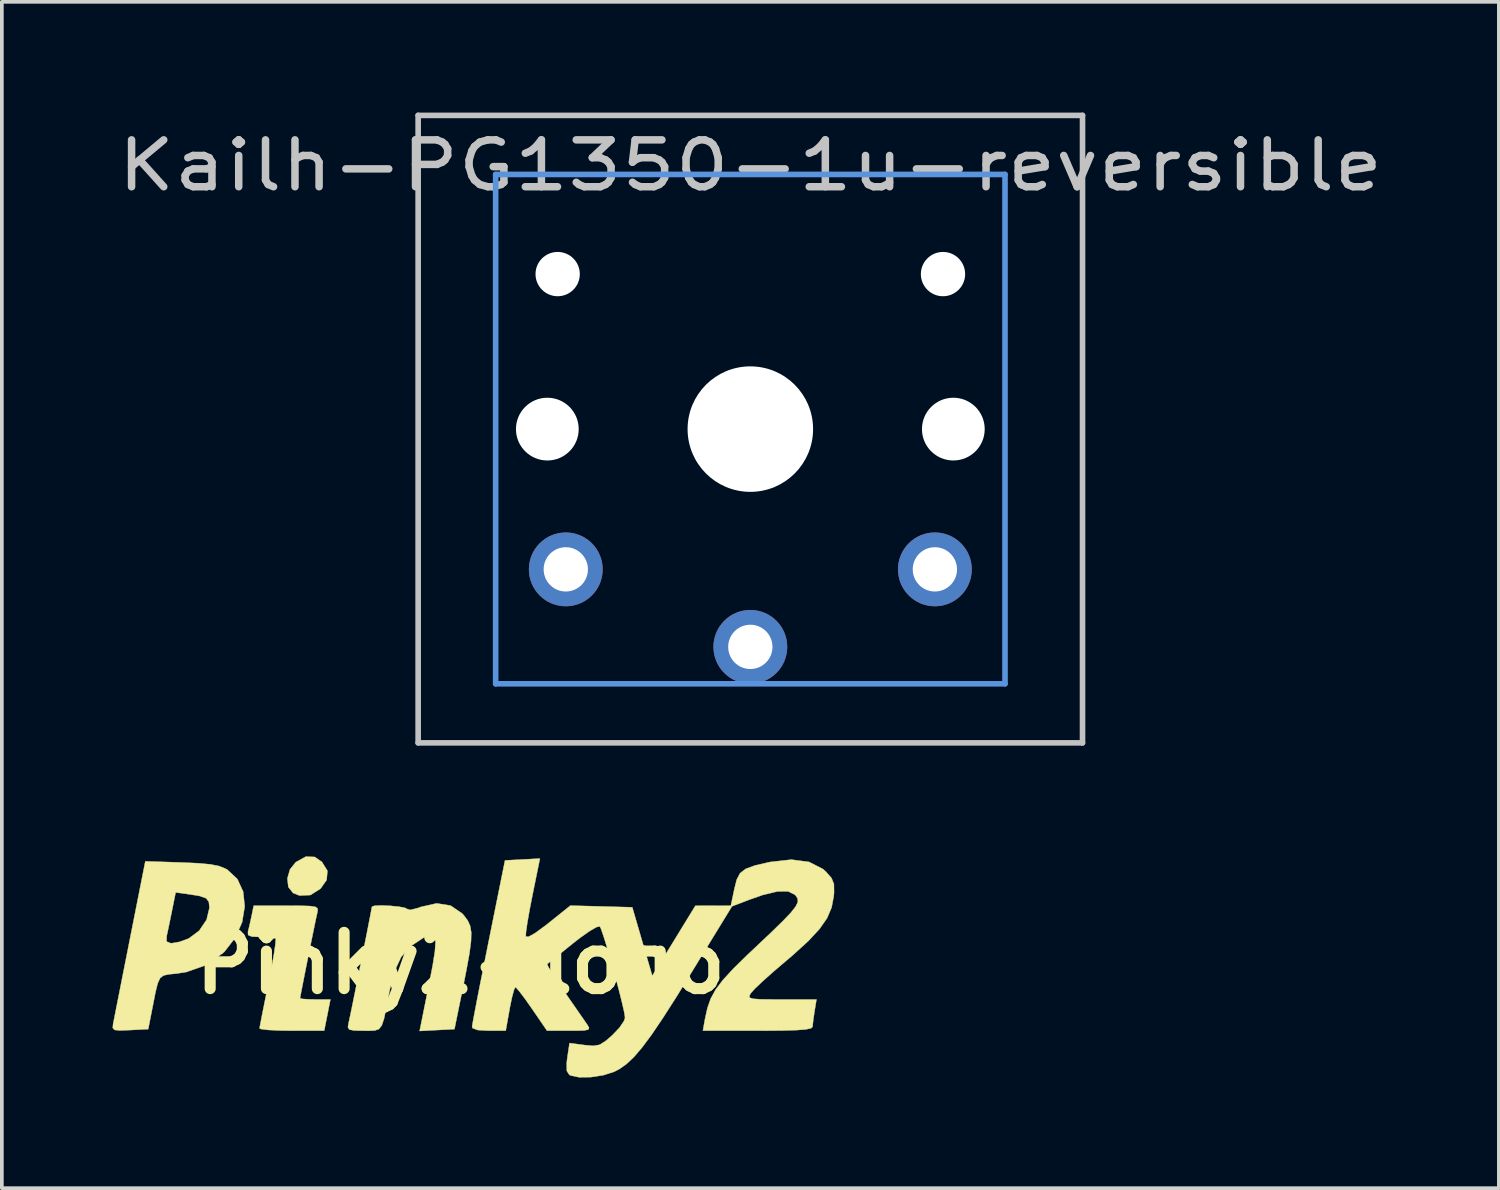
<source format=kicad_pcb>
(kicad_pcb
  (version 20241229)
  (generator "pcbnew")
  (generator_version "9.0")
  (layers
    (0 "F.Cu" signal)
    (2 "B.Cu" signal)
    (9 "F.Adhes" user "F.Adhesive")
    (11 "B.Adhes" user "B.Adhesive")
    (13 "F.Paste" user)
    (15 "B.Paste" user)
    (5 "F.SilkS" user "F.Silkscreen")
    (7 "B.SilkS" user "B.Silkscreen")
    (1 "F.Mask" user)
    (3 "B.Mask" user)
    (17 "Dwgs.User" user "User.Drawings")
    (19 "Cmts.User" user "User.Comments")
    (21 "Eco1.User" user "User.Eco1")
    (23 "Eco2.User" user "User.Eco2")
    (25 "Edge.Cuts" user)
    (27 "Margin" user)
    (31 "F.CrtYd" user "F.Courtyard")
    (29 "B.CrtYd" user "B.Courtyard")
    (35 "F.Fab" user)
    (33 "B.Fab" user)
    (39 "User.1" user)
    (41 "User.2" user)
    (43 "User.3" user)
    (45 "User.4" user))
  (footprint "Kailh-PG1350-1u-reversible"
    (layer "F.Cu")
    (at 17.279 8.576)
    (property "Reference" "Kailh-PG1350-1u-reversible" (at 0 -7.144 180) (layer "Dwgs.User") (effects (font (size 1.27 1.524) (thickness 0.203))))
    (attr through_hole)
    (fp_line (start -9 -8.5) (end 9 -8.5) (stroke (width 0.152) (type solid)) (layer "Dwgs.User"))
    (fp_line (start -9 8.5) (end -9 -8.5) (stroke (width 0.152) (type solid)) (layer "Dwgs.User"))
    (fp_line (start 9 -8.5) (end 9 8.5) (stroke (width 0.152) (type solid)) (layer "Dwgs.User"))
    (fp_line (start 9 8.5) (end -9 8.5) (stroke (width 0.152) (type solid)) (layer "Dwgs.User"))
    (fp_line (start -6.9 -6.9) (end 6.9 -6.9) (stroke (width 0.152) (type solid)) (layer "Cmts.User"))
    (fp_line (start -6.9 6.9) (end -6.9 -6.9) (stroke (width 0.152) (type solid)) (layer "Cmts.User"))
    (fp_line (start 6.9 -6.9) (end 6.9 6.9) (stroke (width 0.152) (type solid)) (layer "Cmts.User"))
    (fp_line (start 6.9 6.9) (end -6.9 6.9) (stroke (width 0.152) (type solid)) (layer "Cmts.User"))
    (fp_line (start -7.5 -7.5) (end 7.5 -7.5) (stroke (width 0.152) (type solid)) (layer "Eco2.User"))
    (fp_line (start -7.5 7.5) (end -7.5 -7.5) (stroke (width 0.152) (type solid)) (layer "Eco2.User"))
    (fp_line (start 7.5 -7.5) (end 7.5 7.5) (stroke (width 0.152) (type solid)) (layer "Eco2.User"))
    (fp_line (start 7.5 7.5) (end -7.5 7.5) (stroke (width 0.152) (type solid)) (layer "Eco2.User"))
    (pad "" np_thru_hole circle (at -5.5 0 180) (size 1.7 1.7) (drill 1.7) (layers "*.Cu"))
    (pad "" np_thru_hole circle (at -5.22 -4.2 180) (size 1.2 1.2) (drill 1.2) (layers "*.Cu"))
    (pad "" np_thru_hole circle (at 0 0 180) (size 3.4 3.4) (drill 3.4) (layers "*.Cu"))
    (pad "" np_thru_hole circle (at 5.22 -4.2 180) (size 1.2 1.2) (drill 1.2) (layers "*.Cu"))
    (pad "" np_thru_hole circle (at 5.5 0 180) (size 1.7 1.7) (drill 1.7) (layers "*.Cu"))
    (pad "1" thru_hole circle (at 0 5.9 180) (size 2 2) (drill 1.2) (layers "*.Cu" "*.Mask"))
    (pad "2" thru_hole circle (at -5 3.8 41.9) (size 2 2) (drill 1.2) (layers "*.Cu" "*.Mask"))
    (pad "2" thru_hole circle (at 5 3.8 41.9) (size 2 2) (drill 1.2) (layers "*.Cu" "*.Mask")))
  (footprint "Pinky2-logo"
    (layer "F.Cu")
    (at 9.43 23.045)
    (property "Reference" "Pinky2-logo" (at 0 0 0) (layer "F.SilkS") (effects (font (size 1.524 1.524) (thickness 0.3))))
    (attr through_hole)
    (fp_poly (pts (xy -3.952 -2.877) (xy -3.758 -2.742) (xy -3.609 -2.503) (xy -3.63 -2.254) (xy -3.796 -2.018) (xy -4.07 -1.845) (xy -4.366 -1.832) (xy -4.541 -1.902) (xy -4.668 -2.063) (xy -4.694 -2.295) (xy -4.623 -2.541) (xy -4.466 -2.736) (xy -4.193 -2.887) (xy -3.952 -2.877)) (stroke (width 0.01) (type solid)) (fill yes) (layer "F.SilkS"))
    (fp_poly (pts (xy -4.33 -1.555) (xy -4.076 -1.547) (xy -3.935 -1.525) (xy -3.877 -1.484) (xy -3.874 -1.415) (xy -3.884 -1.366) (xy -3.918 -1.213) (xy -3.973 -0.947) (xy -4.043 -0.606) (xy -4.12 -0.227) (xy -4.196 0.152) (xy -4.264 0.496) (xy -4.317 0.766) (xy -4.347 0.926) (xy -4.351 0.953) (xy -4.275 0.97) (xy -4.081 0.981) (xy -3.94 0.983) (xy -3.528 0.983) (xy -3.612 1.407) (xy -3.696 1.83) (xy -4.574 1.83) (xy -4.936 1.824) (xy -5.224 1.809) (xy -5.405 1.786) (xy -5.448 1.766) (xy -5.43 1.665) (xy -5.385 1.429) (xy -5.317 1.091) (xy -5.235 0.683) (xy -5.206 0.541) (xy -5.123 0.119) (xy -5.059 -0.241) (xy -5.019 -0.508) (xy -5.008 -0.651) (xy -5.012 -0.666) (xy -5.116 -0.693) (xy -5.327 -0.708) (xy -5.429 -0.71) (xy -5.659 -0.72) (xy -5.758 -0.762) (xy -5.762 -0.851) (xy -5.76 -0.858) (xy -5.714 -1.046) (xy -5.663 -1.282) (xy -5.607 -1.557) (xy -4.723 -1.557) (xy -4.33 -1.555)) (stroke (width 0.01) (type solid)) (fill yes) (layer "F.SilkS"))
    (fp_poly (pts (xy -0.273 -1.56) (xy 0.042 -1.346) (xy 0.089 -1.293) (xy 0.191 -1.156) (xy 0.258 -1.011) (xy 0.288 -0.832) (xy 0.281 -0.591) (xy 0.238 -0.261) (xy 0.157 0.185) (xy 0.066 0.645) (xy -0.167 1.788) (xy -1.111 1.838) (xy -0.861 0.596) (xy -0.758 0.065) (xy -0.697 -0.319) (xy -0.68 -0.574) (xy -0.709 -0.716) (xy -0.786 -0.763) (xy -0.913 -0.732) (xy -1.018 -0.682) (xy -1.361 -0.454) (xy -1.613 -0.163) (xy -1.794 0.226) (xy -1.926 0.746) (xy -1.931 0.772) (xy -2.013 1.207) (xy -2.075 1.504) (xy -2.137 1.688) (xy -2.214 1.786) (xy -2.325 1.825) (xy -2.487 1.831) (xy -2.622 1.83) (xy -2.886 1.825) (xy -3.017 1.799) (xy -3.054 1.734) (xy -3.039 1.639) (xy -3.009 1.501) (xy -2.954 1.239) (xy -2.882 0.884) (xy -2.798 0.469) (xy -2.709 0.025) (xy -2.62 -0.416) (xy -2.539 -0.823) (xy -2.472 -1.165) (xy -2.425 -1.409) (xy -2.404 -1.524) (xy -2.403 -1.529) (xy -2.329 -1.556) (xy -2.145 -1.563) (xy -1.908 -1.553) (xy -1.677 -1.531) (xy -1.508 -1.499) (xy -1.457 -1.471) (xy -1.365 -1.442) (xy -1.154 -1.494) (xy -1.075 -1.524) (xy -0.649 -1.62) (xy -0.273 -1.56)) (stroke (width 0.01) (type solid)) (fill yes) (layer "F.SilkS"))
    (fp_poly (pts (xy -7.569 -2.728) (xy -7.105 -2.707) (xy -6.774 -2.676) (xy -6.539 -2.628) (xy -6.365 -2.558) (xy -6.323 -2.534) (xy -6.049 -2.279) (xy -5.892 -1.936) (xy -5.85 -1.535) (xy -5.92 -1.111) (xy -6.101 -0.695) (xy -6.391 -0.32) (xy -6.438 -0.275) (xy -6.901 0.054) (xy -7.437 0.242) (xy -7.706 0.283) (xy -7.912 0.303) (xy -8.051 0.335) (xy -8.143 0.406) (xy -8.208 0.548) (xy -8.268 0.79) (xy -8.341 1.163) (xy -8.356 1.237) (xy -8.464 1.788) (xy -8.958 1.813) (xy -9.233 1.824) (xy -9.377 1.809) (xy -9.425 1.755) (xy -9.416 1.649) (xy -9.415 1.644) (xy -9.388 1.51) (xy -9.334 1.234) (xy -9.256 0.842) (xy -9.161 0.359) (xy -9.052 -0.191) (xy -8.974 -0.585) (xy -7.968 -0.585) (xy -7.856 -0.541) (xy -7.823 -0.541) (xy -7.617 -0.577) (xy -7.376 -0.664) (xy -7.365 -0.669) (xy -7.084 -0.879) (xy -6.883 -1.176) (xy -6.806 -1.497) (xy -6.806 -1.501) (xy -6.822 -1.662) (xy -6.897 -1.759) (xy -7.068 -1.819) (xy -7.341 -1.864) (xy -7.721 -1.916) (xy -7.821 -1.419) (xy -7.883 -1.115) (xy -7.938 -0.853) (xy -7.965 -0.731) (xy -7.968 -0.585) (xy -8.974 -0.585) (xy -8.96 -0.655) (xy -8.543 -2.759) (xy -7.569 -2.728)) (stroke (width 0.01) (type solid)) (fill yes) (layer "F.SilkS"))
    (fp_poly (pts (xy 1.945 -1.836) (xy 1.867 -1.437) (xy 1.807 -1.094) (xy 1.771 -0.844) (xy 1.765 -0.723) (xy 1.837 -0.714) (xy 2.02 -0.816) (xy 2.302 -1.022) (xy 2.38 -1.084) (xy 2.973 -1.559) (xy 3.812 -1.537) (xy 4.651 -1.514) (xy 4.921 -0.586) (xy 5.192 0.341) (xy 5.401 0.006) (xy 5.547 -0.23) (xy 5.743 -0.548) (xy 5.95 -0.886) (xy 5.984 -0.942) (xy 6.36 -1.555) (xy 6.84 -1.556) (xy 7.321 -1.557) (xy 7.416 -2.01) (xy 7.48 -2.264) (xy 7.571 -2.437) (xy 7.724 -2.555) (xy 7.971 -2.646) (xy 8.35 -2.733) (xy 8.385 -2.741) (xy 8.961 -2.805) (xy 9.44 -2.742) (xy 9.814 -2.551) (xy 9.897 -2.477) (xy 10.049 -2.305) (xy 10.114 -2.143) (xy 10.117 -1.915) (xy 10.108 -1.808) (xy 10.051 -1.508) (xy 9.93 -1.223) (xy 9.726 -0.929) (xy 9.423 -0.602) (xy 9.001 -0.218) (xy 8.781 -0.031) (xy 8.458 0.245) (xy 8.177 0.496) (xy 7.968 0.695) (xy 7.86 0.816) (xy 7.858 0.819) (xy 7.821 0.89) (xy 7.834 0.937) (xy 7.924 0.965) (xy 8.115 0.979) (xy 8.435 0.983) (xy 8.698 0.983) (xy 9.641 0.983) (xy 9.589 1.301) (xy 9.554 1.537) (xy 9.536 1.707) (xy 9.536 1.724) (xy 9.494 1.764) (xy 9.357 1.794) (xy 9.109 1.814) (xy 8.731 1.825) (xy 8.205 1.83) (xy 8.049 1.83) (xy 6.564 1.83) (xy 6.621 1.512) (xy 6.686 1.217) (xy 6.776 0.96) (xy 6.91 0.715) (xy 7.107 0.455) (xy 7.386 0.152) (xy 7.766 -0.221) (xy 7.98 -0.423) (xy 8.41 -0.829) (xy 8.728 -1.139) (xy 8.947 -1.368) (xy 9.078 -1.535) (xy 9.136 -1.656) (xy 9.132 -1.748) (xy 9.08 -1.829) (xy 9.054 -1.856) (xy 8.871 -1.946) (xy 8.587 -1.944) (xy 8.187 -1.848) (xy 7.817 -1.718) (xy 7.352 -1.54) (xy 6.263 0.239) (xy 5.834 0.933) (xy 5.474 1.495) (xy 5.172 1.941) (xy 4.916 2.285) (xy 4.694 2.544) (xy 4.493 2.733) (xy 4.302 2.868) (xy 4.162 2.941) (xy 3.866 3.036) (xy 3.528 3.088) (xy 3.211 3.092) (xy 2.978 3.043) (xy 2.945 3.026) (xy 2.878 2.921) (xy 2.873 2.709) (xy 2.891 2.56) (xy 2.95 2.165) (xy 3.353 2.219) (xy 3.596 2.241) (xy 3.767 2.211) (xy 3.935 2.104) (xy 4.105 1.957) (xy 4.3 1.753) (xy 4.427 1.566) (xy 4.455 1.478) (xy 4.433 1.332) (xy 4.373 1.069) (xy 4.287 0.724) (xy 4.183 0.334) (xy 4.072 -0.063) (xy 3.965 -0.432) (xy 3.871 -0.735) (xy 3.801 -0.936) (xy 3.771 -0.996) (xy 3.682 -0.977) (xy 3.495 -0.869) (xy 3.24 -0.689) (xy 3.043 -0.536) (xy 2.761 -0.308) (xy 2.531 -0.124) (xy 2.384 -0.005) (xy 2.346 0.025) (xy 2.376 0.1) (xy 2.486 0.284) (xy 2.657 0.546) (xy 2.811 0.773) (xy 3.034 1.094) (xy 3.231 1.378) (xy 3.375 1.586) (xy 3.428 1.662) (xy 3.479 1.749) (xy 3.463 1.799) (xy 3.35 1.823) (xy 3.111 1.83) (xy 2.942 1.83) (xy 2.341 1.83) (xy 1.937 1.241) (xy 1.748 0.972) (xy 1.593 0.767) (xy 1.498 0.658) (xy 1.484 0.648) (xy 1.446 0.723) (xy 1.392 0.923) (xy 1.333 1.207) (xy 1.328 1.237) (xy 1.222 1.83) (xy 0.764 1.83) (xy 0.465 1.813) (xy 0.324 1.761) (xy 0.31 1.724) (xy 0.327 1.616) (xy 0.374 1.364) (xy 0.445 0.993) (xy 0.537 0.524) (xy 0.645 -0.018) (xy 0.758 -0.583) (xy 1.202 -2.784) (xy 1.675 -2.809) (xy 2.148 -2.834) (xy 1.945 -1.836)) (stroke (width 0.01) (type solid)) (fill yes) (layer "F.SilkS")))
  (gr_rect
    (start -3 -3)
    (end 37.559 29.141)
    (stroke (width 0.1) (type default))
    (fill no)
    (layer "Edge.Cuts")))
</source>
